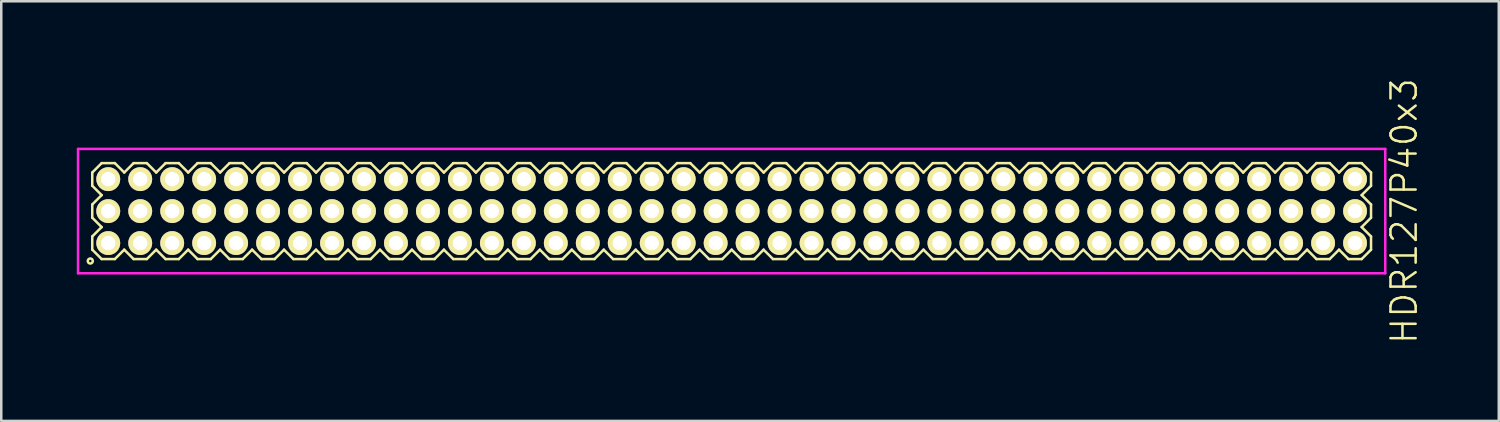
<source format=kicad_pcb>
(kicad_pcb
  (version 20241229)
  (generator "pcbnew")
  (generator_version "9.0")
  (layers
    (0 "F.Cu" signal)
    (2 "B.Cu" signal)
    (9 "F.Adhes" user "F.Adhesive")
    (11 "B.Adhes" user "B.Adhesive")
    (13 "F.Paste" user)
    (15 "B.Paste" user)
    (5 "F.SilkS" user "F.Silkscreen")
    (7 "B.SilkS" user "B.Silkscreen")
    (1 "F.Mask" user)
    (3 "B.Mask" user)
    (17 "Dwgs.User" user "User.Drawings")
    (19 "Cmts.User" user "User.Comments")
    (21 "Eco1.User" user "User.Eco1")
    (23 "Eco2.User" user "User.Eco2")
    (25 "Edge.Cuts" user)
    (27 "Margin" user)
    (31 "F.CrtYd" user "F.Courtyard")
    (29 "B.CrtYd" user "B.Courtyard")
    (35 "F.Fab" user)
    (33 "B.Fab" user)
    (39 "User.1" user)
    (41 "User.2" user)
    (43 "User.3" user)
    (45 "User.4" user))
  (footprint "HDR127P40x3"
    (layer "F.Cu")
    (at 26.015 5.336)
    (property "Reference" "HDR127P40x3" (at 26.715 0 90) (layer "F.SilkS") (effects (font (size 1 1) (thickness 0.1))))
    (attr through_hole)
    (fp_line (start -25.4 -1.533) (end -25.028 -1.905) (stroke (width 0.1) (type solid)) (layer "F.SilkS"))
    (fp_line (start -25.4 -1.007) (end -25.4 -1.533) (stroke (width 0.1) (type solid)) (layer "F.SilkS"))
    (fp_line (start -25.4 -0.263) (end -25.028 -0.635) (stroke (width 0.1) (type solid)) (layer "F.SilkS"))
    (fp_line (start -25.4 0.263) (end -25.4 -0.263) (stroke (width 0.1) (type solid)) (layer "F.SilkS"))
    (fp_line (start -25.4 1.007) (end -25.028 0.635) (stroke (width 0.1) (type solid)) (layer "F.SilkS"))
    (fp_line (start -25.4 1.533) (end -25.4 1.007) (stroke (width 0.1) (type solid)) (layer "F.SilkS"))
    (fp_line (start -25.028 -1.905) (end -24.502 -1.905) (stroke (width 0.1) (type solid)) (layer "F.SilkS"))
    (fp_line (start -25.028 -0.635) (end -25.4 -1.007) (stroke (width 0.1) (type solid)) (layer "F.SilkS"))
    (fp_line (start -25.028 0.635) (end -25.4 0.263) (stroke (width 0.1) (type solid)) (layer "F.SilkS"))
    (fp_line (start -25.028 1.905) (end -25.4 1.533) (stroke (width 0.1) (type solid)) (layer "F.SilkS"))
    (fp_line (start -24.502 -1.905) (end -24.13 -1.533) (stroke (width 0.1) (type solid)) (layer "F.SilkS"))
    (fp_line (start -24.502 1.905) (end -25.028 1.905) (stroke (width 0.1) (type solid)) (layer "F.SilkS"))
    (fp_line (start -24.13 -1.533) (end -23.758 -1.905) (stroke (width 0.1) (type solid)) (layer "F.SilkS"))
    (fp_line (start -24.13 1.533) (end -24.502 1.905) (stroke (width 0.1) (type solid)) (layer "F.SilkS"))
    (fp_line (start -23.758 -1.905) (end -23.232 -1.905) (stroke (width 0.1) (type solid)) (layer "F.SilkS"))
    (fp_line (start -23.758 1.905) (end -24.13 1.533) (stroke (width 0.1) (type solid)) (layer "F.SilkS"))
    (fp_line (start -23.232 -1.905) (end -22.86 -1.533) (stroke (width 0.1) (type solid)) (layer "F.SilkS"))
    (fp_line (start -23.232 1.905) (end -23.758 1.905) (stroke (width 0.1) (type solid)) (layer "F.SilkS"))
    (fp_line (start -22.86 -1.533) (end -22.488 -1.905) (stroke (width 0.1) (type solid)) (layer "F.SilkS"))
    (fp_line (start -22.86 1.533) (end -23.232 1.905) (stroke (width 0.1) (type solid)) (layer "F.SilkS"))
    (fp_line (start -22.488 -1.905) (end -21.962 -1.905) (stroke (width 0.1) (type solid)) (layer "F.SilkS"))
    (fp_line (start -22.488 1.905) (end -22.86 1.533) (stroke (width 0.1) (type solid)) (layer "F.SilkS"))
    (fp_line (start -21.962 -1.905) (end -21.59 -1.533) (stroke (width 0.1) (type solid)) (layer "F.SilkS"))
    (fp_line (start -21.962 1.905) (end -22.488 1.905) (stroke (width 0.1) (type solid)) (layer "F.SilkS"))
    (fp_line (start -21.59 -1.533) (end -21.218 -1.905) (stroke (width 0.1) (type solid)) (layer "F.SilkS"))
    (fp_line (start -21.59 1.533) (end -21.962 1.905) (stroke (width 0.1) (type solid)) (layer "F.SilkS"))
    (fp_line (start -21.218 -1.905) (end -20.692 -1.905) (stroke (width 0.1) (type solid)) (layer "F.SilkS"))
    (fp_line (start -21.218 1.905) (end -21.59 1.533) (stroke (width 0.1) (type solid)) (layer "F.SilkS"))
    (fp_line (start -20.692 -1.905) (end -20.32 -1.533) (stroke (width 0.1) (type solid)) (layer "F.SilkS"))
    (fp_line (start -20.692 1.905) (end -21.218 1.905) (stroke (width 0.1) (type solid)) (layer "F.SilkS"))
    (fp_line (start -20.32 -1.533) (end -19.948 -1.905) (stroke (width 0.1) (type solid)) (layer "F.SilkS"))
    (fp_line (start -20.32 1.533) (end -20.692 1.905) (stroke (width 0.1) (type solid)) (layer "F.SilkS"))
    (fp_line (start -19.948 -1.905) (end -19.422 -1.905) (stroke (width 0.1) (type solid)) (layer "F.SilkS"))
    (fp_line (start -19.948 1.905) (end -20.32 1.533) (stroke (width 0.1) (type solid)) (layer "F.SilkS"))
    (fp_line (start -19.422 -1.905) (end -19.05 -1.533) (stroke (width 0.1) (type solid)) (layer "F.SilkS"))
    (fp_line (start -19.422 1.905) (end -19.948 1.905) (stroke (width 0.1) (type solid)) (layer "F.SilkS"))
    (fp_line (start -19.05 -1.533) (end -18.678 -1.905) (stroke (width 0.1) (type solid)) (layer "F.SilkS"))
    (fp_line (start -19.05 1.533) (end -19.422 1.905) (stroke (width 0.1) (type solid)) (layer "F.SilkS"))
    (fp_line (start -18.678 -1.905) (end -18.152 -1.905) (stroke (width 0.1) (type solid)) (layer "F.SilkS"))
    (fp_line (start -18.678 1.905) (end -19.05 1.533) (stroke (width 0.1) (type solid)) (layer "F.SilkS"))
    (fp_line (start -18.152 -1.905) (end -17.78 -1.533) (stroke (width 0.1) (type solid)) (layer "F.SilkS"))
    (fp_line (start -18.152 1.905) (end -18.678 1.905) (stroke (width 0.1) (type solid)) (layer "F.SilkS"))
    (fp_line (start -17.78 -1.533) (end -17.408 -1.905) (stroke (width 0.1) (type solid)) (layer "F.SilkS"))
    (fp_line (start -17.78 1.533) (end -18.152 1.905) (stroke (width 0.1) (type solid)) (layer "F.SilkS"))
    (fp_line (start -17.408 -1.905) (end -16.882 -1.905) (stroke (width 0.1) (type solid)) (layer "F.SilkS"))
    (fp_line (start -17.408 1.905) (end -17.78 1.533) (stroke (width 0.1) (type solid)) (layer "F.SilkS"))
    (fp_line (start -16.882 -1.905) (end -16.51 -1.533) (stroke (width 0.1) (type solid)) (layer "F.SilkS"))
    (fp_line (start -16.882 1.905) (end -17.408 1.905) (stroke (width 0.1) (type solid)) (layer "F.SilkS"))
    (fp_line (start -16.51 -1.533) (end -16.138 -1.905) (stroke (width 0.1) (type solid)) (layer "F.SilkS"))
    (fp_line (start -16.51 1.533) (end -16.882 1.905) (stroke (width 0.1) (type solid)) (layer "F.SilkS"))
    (fp_line (start -16.138 -1.905) (end -15.612 -1.905) (stroke (width 0.1) (type solid)) (layer "F.SilkS"))
    (fp_line (start -16.138 1.905) (end -16.51 1.533) (stroke (width 0.1) (type solid)) (layer "F.SilkS"))
    (fp_line (start -15.612 -1.905) (end -15.24 -1.533) (stroke (width 0.1) (type solid)) (layer "F.SilkS"))
    (fp_line (start -15.612 1.905) (end -16.138 1.905) (stroke (width 0.1) (type solid)) (layer "F.SilkS"))
    (fp_line (start -15.24 -1.533) (end -14.868 -1.905) (stroke (width 0.1) (type solid)) (layer "F.SilkS"))
    (fp_line (start -15.24 1.533) (end -15.612 1.905) (stroke (width 0.1) (type solid)) (layer "F.SilkS"))
    (fp_line (start -14.868 -1.905) (end -14.342 -1.905) (stroke (width 0.1) (type solid)) (layer "F.SilkS"))
    (fp_line (start -14.868 1.905) (end -15.24 1.533) (stroke (width 0.1) (type solid)) (layer "F.SilkS"))
    (fp_line (start -14.342 -1.905) (end -13.97 -1.533) (stroke (width 0.1) (type solid)) (layer "F.SilkS"))
    (fp_line (start -14.342 1.905) (end -14.868 1.905) (stroke (width 0.1) (type solid)) (layer "F.SilkS"))
    (fp_line (start -13.97 -1.533) (end -13.598 -1.905) (stroke (width 0.1) (type solid)) (layer "F.SilkS"))
    (fp_line (start -13.97 1.533) (end -14.342 1.905) (stroke (width 0.1) (type solid)) (layer "F.SilkS"))
    (fp_line (start -13.598 -1.905) (end -13.072 -1.905) (stroke (width 0.1) (type solid)) (layer "F.SilkS"))
    (fp_line (start -13.598 1.905) (end -13.97 1.533) (stroke (width 0.1) (type solid)) (layer "F.SilkS"))
    (fp_line (start -13.072 -1.905) (end -12.7 -1.533) (stroke (width 0.1) (type solid)) (layer "F.SilkS"))
    (fp_line (start -13.072 1.905) (end -13.598 1.905) (stroke (width 0.1) (type solid)) (layer "F.SilkS"))
    (fp_line (start -12.7 -1.533) (end -12.328 -1.905) (stroke (width 0.1) (type solid)) (layer "F.SilkS"))
    (fp_line (start -12.7 1.533) (end -13.072 1.905) (stroke (width 0.1) (type solid)) (layer "F.SilkS"))
    (fp_line (start -12.328 -1.905) (end -11.802 -1.905) (stroke (width 0.1) (type solid)) (layer "F.SilkS"))
    (fp_line (start -12.328 1.905) (end -12.7 1.533) (stroke (width 0.1) (type solid)) (layer "F.SilkS"))
    (fp_line (start -11.802 -1.905) (end -11.43 -1.533) (stroke (width 0.1) (type solid)) (layer "F.SilkS"))
    (fp_line (start -11.802 1.905) (end -12.328 1.905) (stroke (width 0.1) (type solid)) (layer "F.SilkS"))
    (fp_line (start -11.43 -1.533) (end -11.058 -1.905) (stroke (width 0.1) (type solid)) (layer "F.SilkS"))
    (fp_line (start -11.43 1.533) (end -11.802 1.905) (stroke (width 0.1) (type solid)) (layer "F.SilkS"))
    (fp_line (start -11.058 -1.905) (end -10.532 -1.905) (stroke (width 0.1) (type solid)) (layer "F.SilkS"))
    (fp_line (start -11.058 1.905) (end -11.43 1.533) (stroke (width 0.1) (type solid)) (layer "F.SilkS"))
    (fp_line (start -10.532 -1.905) (end -10.16 -1.533) (stroke (width 0.1) (type solid)) (layer "F.SilkS"))
    (fp_line (start -10.532 1.905) (end -11.058 1.905) (stroke (width 0.1) (type solid)) (layer "F.SilkS"))
    (fp_line (start -10.16 -1.533) (end -9.788 -1.905) (stroke (width 0.1) (type solid)) (layer "F.SilkS"))
    (fp_line (start -10.16 1.533) (end -10.532 1.905) (stroke (width 0.1) (type solid)) (layer "F.SilkS"))
    (fp_line (start -9.788 -1.905) (end -9.262 -1.905) (stroke (width 0.1) (type solid)) (layer "F.SilkS"))
    (fp_line (start -9.788 1.905) (end -10.16 1.533) (stroke (width 0.1) (type solid)) (layer "F.SilkS"))
    (fp_line (start -9.262 -1.905) (end -8.89 -1.533) (stroke (width 0.1) (type solid)) (layer "F.SilkS"))
    (fp_line (start -9.262 1.905) (end -9.788 1.905) (stroke (width 0.1) (type solid)) (layer "F.SilkS"))
    (fp_line (start -8.89 -1.533) (end -8.518 -1.905) (stroke (width 0.1) (type solid)) (layer "F.SilkS"))
    (fp_line (start -8.89 1.533) (end -9.262 1.905) (stroke (width 0.1) (type solid)) (layer "F.SilkS"))
    (fp_line (start -8.518 -1.905) (end -7.992 -1.905) (stroke (width 0.1) (type solid)) (layer "F.SilkS"))
    (fp_line (start -8.518 1.905) (end -8.89 1.533) (stroke (width 0.1) (type solid)) (layer "F.SilkS"))
    (fp_line (start -7.992 -1.905) (end -7.62 -1.533) (stroke (width 0.1) (type solid)) (layer "F.SilkS"))
    (fp_line (start -7.992 1.905) (end -8.518 1.905) (stroke (width 0.1) (type solid)) (layer "F.SilkS"))
    (fp_line (start -7.62 -1.533) (end -7.248 -1.905) (stroke (width 0.1) (type solid)) (layer "F.SilkS"))
    (fp_line (start -7.62 1.533) (end -7.992 1.905) (stroke (width 0.1) (type solid)) (layer "F.SilkS"))
    (fp_line (start -7.248 -1.905) (end -6.722 -1.905) (stroke (width 0.1) (type solid)) (layer "F.SilkS"))
    (fp_line (start -7.248 1.905) (end -7.62 1.533) (stroke (width 0.1) (type solid)) (layer "F.SilkS"))
    (fp_line (start -6.722 -1.905) (end -6.35 -1.533) (stroke (width 0.1) (type solid)) (layer "F.SilkS"))
    (fp_line (start -6.722 1.905) (end -7.248 1.905) (stroke (width 0.1) (type solid)) (layer "F.SilkS"))
    (fp_line (start -6.35 -1.533) (end -5.978 -1.905) (stroke (width 0.1) (type solid)) (layer "F.SilkS"))
    (fp_line (start -6.35 1.533) (end -6.722 1.905) (stroke (width 0.1) (type solid)) (layer "F.SilkS"))
    (fp_line (start -5.978 -1.905) (end -5.452 -1.905) (stroke (width 0.1) (type solid)) (layer "F.SilkS"))
    (fp_line (start -5.978 1.905) (end -6.35 1.533) (stroke (width 0.1) (type solid)) (layer "F.SilkS"))
    (fp_line (start -5.452 -1.905) (end -5.08 -1.533) (stroke (width 0.1) (type solid)) (layer "F.SilkS"))
    (fp_line (start -5.452 1.905) (end -5.978 1.905) (stroke (width 0.1) (type solid)) (layer "F.SilkS"))
    (fp_line (start -5.08 -1.533) (end -4.708 -1.905) (stroke (width 0.1) (type solid)) (layer "F.SilkS"))
    (fp_line (start -5.08 1.533) (end -5.452 1.905) (stroke (width 0.1) (type solid)) (layer "F.SilkS"))
    (fp_line (start -4.708 -1.905) (end -4.182 -1.905) (stroke (width 0.1) (type solid)) (layer "F.SilkS"))
    (fp_line (start -4.708 1.905) (end -5.08 1.533) (stroke (width 0.1) (type solid)) (layer "F.SilkS"))
    (fp_line (start -4.182 -1.905) (end -3.81 -1.533) (stroke (width 0.1) (type solid)) (layer "F.SilkS"))
    (fp_line (start -4.182 1.905) (end -4.708 1.905) (stroke (width 0.1) (type solid)) (layer "F.SilkS"))
    (fp_line (start -3.81 -1.533) (end -3.438 -1.905) (stroke (width 0.1) (type solid)) (layer "F.SilkS"))
    (fp_line (start -3.81 1.533) (end -4.182 1.905) (stroke (width 0.1) (type solid)) (layer "F.SilkS"))
    (fp_line (start -3.438 -1.905) (end -2.912 -1.905) (stroke (width 0.1) (type solid)) (layer "F.SilkS"))
    (fp_line (start -3.438 1.905) (end -3.81 1.533) (stroke (width 0.1) (type solid)) (layer "F.SilkS"))
    (fp_line (start -2.912 -1.905) (end -2.54 -1.533) (stroke (width 0.1) (type solid)) (layer "F.SilkS"))
    (fp_line (start -2.912 1.905) (end -3.438 1.905) (stroke (width 0.1) (type solid)) (layer "F.SilkS"))
    (fp_line (start -2.54 -1.533) (end -2.168 -1.905) (stroke (width 0.1) (type solid)) (layer "F.SilkS"))
    (fp_line (start -2.54 1.533) (end -2.912 1.905) (stroke (width 0.1) (type solid)) (layer "F.SilkS"))
    (fp_line (start -2.168 -1.905) (end -1.642 -1.905) (stroke (width 0.1) (type solid)) (layer "F.SilkS"))
    (fp_line (start -2.168 1.905) (end -2.54 1.533) (stroke (width 0.1) (type solid)) (layer "F.SilkS"))
    (fp_line (start -1.642 -1.905) (end -1.27 -1.533) (stroke (width 0.1) (type solid)) (layer "F.SilkS"))
    (fp_line (start -1.642 1.905) (end -2.168 1.905) (stroke (width 0.1) (type solid)) (layer "F.SilkS"))
    (fp_line (start -1.27 -1.533) (end -0.898 -1.905) (stroke (width 0.1) (type solid)) (layer "F.SilkS"))
    (fp_line (start -1.27 1.533) (end -1.642 1.905) (stroke (width 0.1) (type solid)) (layer "F.SilkS"))
    (fp_line (start -0.898 -1.905) (end -0.372 -1.905) (stroke (width 0.1) (type solid)) (layer "F.SilkS"))
    (fp_line (start -0.898 1.905) (end -1.27 1.533) (stroke (width 0.1) (type solid)) (layer "F.SilkS"))
    (fp_line (start -0.372 -1.905) (end 0 -1.533) (stroke (width 0.1) (type solid)) (layer "F.SilkS"))
    (fp_line (start -0.372 1.905) (end -0.898 1.905) (stroke (width 0.1) (type solid)) (layer "F.SilkS"))
    (fp_line (start 0 -1.533) (end 0.372 -1.905) (stroke (width 0.1) (type solid)) (layer "F.SilkS"))
    (fp_line (start 0 1.533) (end -0.372 1.905) (stroke (width 0.1) (type solid)) (layer "F.SilkS"))
    (fp_line (start 0.372 -1.905) (end 0.898 -1.905) (stroke (width 0.1) (type solid)) (layer "F.SilkS"))
    (fp_line (start 0.372 1.905) (end 0 1.533) (stroke (width 0.1) (type solid)) (layer "F.SilkS"))
    (fp_line (start 0.898 -1.905) (end 1.27 -1.533) (stroke (width 0.1) (type solid)) (layer "F.SilkS"))
    (fp_line (start 0.898 1.905) (end 0.372 1.905) (stroke (width 0.1) (type solid)) (layer "F.SilkS"))
    (fp_line (start 1.27 -1.533) (end 1.642 -1.905) (stroke (width 0.1) (type solid)) (layer "F.SilkS"))
    (fp_line (start 1.27 1.533) (end 0.898 1.905) (stroke (width 0.1) (type solid)) (layer "F.SilkS"))
    (fp_line (start 1.642 -1.905) (end 2.168 -1.905) (stroke (width 0.1) (type solid)) (layer "F.SilkS"))
    (fp_line (start 1.642 1.905) (end 1.27 1.533) (stroke (width 0.1) (type solid)) (layer "F.SilkS"))
    (fp_line (start 2.168 -1.905) (end 2.54 -1.533) (stroke (width 0.1) (type solid)) (layer "F.SilkS"))
    (fp_line (start 2.168 1.905) (end 1.642 1.905) (stroke (width 0.1) (type solid)) (layer "F.SilkS"))
    (fp_line (start 2.54 -1.533) (end 2.912 -1.905) (stroke (width 0.1) (type solid)) (layer "F.SilkS"))
    (fp_line (start 2.54 1.533) (end 2.168 1.905) (stroke (width 0.1) (type solid)) (layer "F.SilkS"))
    (fp_line (start 2.912 -1.905) (end 3.438 -1.905) (stroke (width 0.1) (type solid)) (layer "F.SilkS"))
    (fp_line (start 2.912 1.905) (end 2.54 1.533) (stroke (width 0.1) (type solid)) (layer "F.SilkS"))
    (fp_line (start 3.438 -1.905) (end 3.81 -1.533) (stroke (width 0.1) (type solid)) (layer "F.SilkS"))
    (fp_line (start 3.438 1.905) (end 2.912 1.905) (stroke (width 0.1) (type solid)) (layer "F.SilkS"))
    (fp_line (start 3.81 -1.533) (end 4.182 -1.905) (stroke (width 0.1) (type solid)) (layer "F.SilkS"))
    (fp_line (start 3.81 1.533) (end 3.438 1.905) (stroke (width 0.1) (type solid)) (layer "F.SilkS"))
    (fp_line (start 4.182 -1.905) (end 4.708 -1.905) (stroke (width 0.1) (type solid)) (layer "F.SilkS"))
    (fp_line (start 4.182 1.905) (end 3.81 1.533) (stroke (width 0.1) (type solid)) (layer "F.SilkS"))
    (fp_line (start 4.708 -1.905) (end 5.08 -1.533) (stroke (width 0.1) (type solid)) (layer "F.SilkS"))
    (fp_line (start 4.708 1.905) (end 4.182 1.905) (stroke (width 0.1) (type solid)) (layer "F.SilkS"))
    (fp_line (start 5.08 -1.533) (end 5.452 -1.905) (stroke (width 0.1) (type solid)) (layer "F.SilkS"))
    (fp_line (start 5.08 1.533) (end 4.708 1.905) (stroke (width 0.1) (type solid)) (layer "F.SilkS"))
    (fp_line (start 5.452 -1.905) (end 5.978 -1.905) (stroke (width 0.1) (type solid)) (layer "F.SilkS"))
    (fp_line (start 5.452 1.905) (end 5.08 1.533) (stroke (width 0.1) (type solid)) (layer "F.SilkS"))
    (fp_line (start 5.978 -1.905) (end 6.35 -1.533) (stroke (width 0.1) (type solid)) (layer "F.SilkS"))
    (fp_line (start 5.978 1.905) (end 5.452 1.905) (stroke (width 0.1) (type solid)) (layer "F.SilkS"))
    (fp_line (start 6.35 -1.533) (end 6.722 -1.905) (stroke (width 0.1) (type solid)) (layer "F.SilkS"))
    (fp_line (start 6.35 1.533) (end 5.978 1.905) (stroke (width 0.1) (type solid)) (layer "F.SilkS"))
    (fp_line (start 6.722 -1.905) (end 7.248 -1.905) (stroke (width 0.1) (type solid)) (layer "F.SilkS"))
    (fp_line (start 6.722 1.905) (end 6.35 1.533) (stroke (width 0.1) (type solid)) (layer "F.SilkS"))
    (fp_line (start 7.248 -1.905) (end 7.62 -1.533) (stroke (width 0.1) (type solid)) (layer "F.SilkS"))
    (fp_line (start 7.248 1.905) (end 6.722 1.905) (stroke (width 0.1) (type solid)) (layer "F.SilkS"))
    (fp_line (start 7.62 -1.533) (end 7.992 -1.905) (stroke (width 0.1) (type solid)) (layer "F.SilkS"))
    (fp_line (start 7.62 1.533) (end 7.248 1.905) (stroke (width 0.1) (type solid)) (layer "F.SilkS"))
    (fp_line (start 7.992 -1.905) (end 8.518 -1.905) (stroke (width 0.1) (type solid)) (layer "F.SilkS"))
    (fp_line (start 7.992 1.905) (end 7.62 1.533) (stroke (width 0.1) (type solid)) (layer "F.SilkS"))
    (fp_line (start 8.518 -1.905) (end 8.89 -1.533) (stroke (width 0.1) (type solid)) (layer "F.SilkS"))
    (fp_line (start 8.518 1.905) (end 7.992 1.905) (stroke (width 0.1) (type solid)) (layer "F.SilkS"))
    (fp_line (start 8.89 -1.533) (end 9.262 -1.905) (stroke (width 0.1) (type solid)) (layer "F.SilkS"))
    (fp_line (start 8.89 1.533) (end 8.518 1.905) (stroke (width 0.1) (type solid)) (layer "F.SilkS"))
    (fp_line (start 9.262 -1.905) (end 9.788 -1.905) (stroke (width 0.1) (type solid)) (layer "F.SilkS"))
    (fp_line (start 9.262 1.905) (end 8.89 1.533) (stroke (width 0.1) (type solid)) (layer "F.SilkS"))
    (fp_line (start 9.788 -1.905) (end 10.16 -1.533) (stroke (width 0.1) (type solid)) (layer "F.SilkS"))
    (fp_line (start 9.788 1.905) (end 9.262 1.905) (stroke (width 0.1) (type solid)) (layer "F.SilkS"))
    (fp_line (start 10.16 -1.533) (end 10.532 -1.905) (stroke (width 0.1) (type solid)) (layer "F.SilkS"))
    (fp_line (start 10.16 1.533) (end 9.788 1.905) (stroke (width 0.1) (type solid)) (layer "F.SilkS"))
    (fp_line (start 10.532 -1.905) (end 11.058 -1.905) (stroke (width 0.1) (type solid)) (layer "F.SilkS"))
    (fp_line (start 10.532 1.905) (end 10.16 1.533) (stroke (width 0.1) (type solid)) (layer "F.SilkS"))
    (fp_line (start 11.058 -1.905) (end 11.43 -1.533) (stroke (width 0.1) (type solid)) (layer "F.SilkS"))
    (fp_line (start 11.058 1.905) (end 10.532 1.905) (stroke (width 0.1) (type solid)) (layer "F.SilkS"))
    (fp_line (start 11.43 -1.533) (end 11.802 -1.905) (stroke (width 0.1) (type solid)) (layer "F.SilkS"))
    (fp_line (start 11.43 1.533) (end 11.058 1.905) (stroke (width 0.1) (type solid)) (layer "F.SilkS"))
    (fp_line (start 11.802 -1.905) (end 12.328 -1.905) (stroke (width 0.1) (type solid)) (layer "F.SilkS"))
    (fp_line (start 11.802 1.905) (end 11.43 1.533) (stroke (width 0.1) (type solid)) (layer "F.SilkS"))
    (fp_line (start 12.328 -1.905) (end 12.7 -1.533) (stroke (width 0.1) (type solid)) (layer "F.SilkS"))
    (fp_line (start 12.328 1.905) (end 11.802 1.905) (stroke (width 0.1) (type solid)) (layer "F.SilkS"))
    (fp_line (start 12.7 -1.533) (end 13.072 -1.905) (stroke (width 0.1) (type solid)) (layer "F.SilkS"))
    (fp_line (start 12.7 1.533) (end 12.328 1.905) (stroke (width 0.1) (type solid)) (layer "F.SilkS"))
    (fp_line (start 13.072 -1.905) (end 13.598 -1.905) (stroke (width 0.1) (type solid)) (layer "F.SilkS"))
    (fp_line (start 13.072 1.905) (end 12.7 1.533) (stroke (width 0.1) (type solid)) (layer "F.SilkS"))
    (fp_line (start 13.598 -1.905) (end 13.97 -1.533) (stroke (width 0.1) (type solid)) (layer "F.SilkS"))
    (fp_line (start 13.598 1.905) (end 13.072 1.905) (stroke (width 0.1) (type solid)) (layer "F.SilkS"))
    (fp_line (start 13.97 -1.533) (end 14.342 -1.905) (stroke (width 0.1) (type solid)) (layer "F.SilkS"))
    (fp_line (start 13.97 1.533) (end 13.598 1.905) (stroke (width 0.1) (type solid)) (layer "F.SilkS"))
    (fp_line (start 14.342 -1.905) (end 14.868 -1.905) (stroke (width 0.1) (type solid)) (layer "F.SilkS"))
    (fp_line (start 14.342 1.905) (end 13.97 1.533) (stroke (width 0.1) (type solid)) (layer "F.SilkS"))
    (fp_line (start 14.868 -1.905) (end 15.24 -1.533) (stroke (width 0.1) (type solid)) (layer "F.SilkS"))
    (fp_line (start 14.868 1.905) (end 14.342 1.905) (stroke (width 0.1) (type solid)) (layer "F.SilkS"))
    (fp_line (start 15.24 -1.533) (end 15.612 -1.905) (stroke (width 0.1) (type solid)) (layer "F.SilkS"))
    (fp_line (start 15.24 1.533) (end 14.868 1.905) (stroke (width 0.1) (type solid)) (layer "F.SilkS"))
    (fp_line (start 15.612 -1.905) (end 16.138 -1.905) (stroke (width 0.1) (type solid)) (layer "F.SilkS"))
    (fp_line (start 15.612 1.905) (end 15.24 1.533) (stroke (width 0.1) (type solid)) (layer "F.SilkS"))
    (fp_line (start 16.138 -1.905) (end 16.51 -1.533) (stroke (width 0.1) (type solid)) (layer "F.SilkS"))
    (fp_line (start 16.138 1.905) (end 15.612 1.905) (stroke (width 0.1) (type solid)) (layer "F.SilkS"))
    (fp_line (start 16.51 -1.533) (end 16.882 -1.905) (stroke (width 0.1) (type solid)) (layer "F.SilkS"))
    (fp_line (start 16.51 1.533) (end 16.138 1.905) (stroke (width 0.1) (type solid)) (layer "F.SilkS"))
    (fp_line (start 16.882 -1.905) (end 17.408 -1.905) (stroke (width 0.1) (type solid)) (layer "F.SilkS"))
    (fp_line (start 16.882 1.905) (end 16.51 1.533) (stroke (width 0.1) (type solid)) (layer "F.SilkS"))
    (fp_line (start 17.408 -1.905) (end 17.78 -1.533) (stroke (width 0.1) (type solid)) (layer "F.SilkS"))
    (fp_line (start 17.408 1.905) (end 16.882 1.905) (stroke (width 0.1) (type solid)) (layer "F.SilkS"))
    (fp_line (start 17.78 -1.533) (end 18.152 -1.905) (stroke (width 0.1) (type solid)) (layer "F.SilkS"))
    (fp_line (start 17.78 1.533) (end 17.408 1.905) (stroke (width 0.1) (type solid)) (layer "F.SilkS"))
    (fp_line (start 18.152 -1.905) (end 18.678 -1.905) (stroke (width 0.1) (type solid)) (layer "F.SilkS"))
    (fp_line (start 18.152 1.905) (end 17.78 1.533) (stroke (width 0.1) (type solid)) (layer "F.SilkS"))
    (fp_line (start 18.678 -1.905) (end 19.05 -1.533) (stroke (width 0.1) (type solid)) (layer "F.SilkS"))
    (fp_line (start 18.678 1.905) (end 18.152 1.905) (stroke (width 0.1) (type solid)) (layer "F.SilkS"))
    (fp_line (start 19.05 -1.533) (end 19.422 -1.905) (stroke (width 0.1) (type solid)) (layer "F.SilkS"))
    (fp_line (start 19.05 1.533) (end 18.678 1.905) (stroke (width 0.1) (type solid)) (layer "F.SilkS"))
    (fp_line (start 19.422 -1.905) (end 19.948 -1.905) (stroke (width 0.1) (type solid)) (layer "F.SilkS"))
    (fp_line (start 19.422 1.905) (end 19.05 1.533) (stroke (width 0.1) (type solid)) (layer "F.SilkS"))
    (fp_line (start 19.948 -1.905) (end 20.32 -1.533) (stroke (width 0.1) (type solid)) (layer "F.SilkS"))
    (fp_line (start 19.948 1.905) (end 19.422 1.905) (stroke (width 0.1) (type solid)) (layer "F.SilkS"))
    (fp_line (start 20.32 -1.533) (end 20.692 -1.905) (stroke (width 0.1) (type solid)) (layer "F.SilkS"))
    (fp_line (start 20.32 1.533) (end 19.948 1.905) (stroke (width 0.1) (type solid)) (layer "F.SilkS"))
    (fp_line (start 20.692 -1.905) (end 21.218 -1.905) (stroke (width 0.1) (type solid)) (layer "F.SilkS"))
    (fp_line (start 20.692 1.905) (end 20.32 1.533) (stroke (width 0.1) (type solid)) (layer "F.SilkS"))
    (fp_line (start 21.218 -1.905) (end 21.59 -1.533) (stroke (width 0.1) (type solid)) (layer "F.SilkS"))
    (fp_line (start 21.218 1.905) (end 20.692 1.905) (stroke (width 0.1) (type solid)) (layer "F.SilkS"))
    (fp_line (start 21.59 -1.533) (end 21.962 -1.905) (stroke (width 0.1) (type solid)) (layer "F.SilkS"))
    (fp_line (start 21.59 1.533) (end 21.218 1.905) (stroke (width 0.1) (type solid)) (layer "F.SilkS"))
    (fp_line (start 21.962 -1.905) (end 22.488 -1.905) (stroke (width 0.1) (type solid)) (layer "F.SilkS"))
    (fp_line (start 21.962 1.905) (end 21.59 1.533) (stroke (width 0.1) (type solid)) (layer "F.SilkS"))
    (fp_line (start 22.488 -1.905) (end 22.86 -1.533) (stroke (width 0.1) (type solid)) (layer "F.SilkS"))
    (fp_line (start 22.488 1.905) (end 21.962 1.905) (stroke (width 0.1) (type solid)) (layer "F.SilkS"))
    (fp_line (start 22.86 -1.533) (end 23.232 -1.905) (stroke (width 0.1) (type solid)) (layer "F.SilkS"))
    (fp_line (start 22.86 1.533) (end 22.488 1.905) (stroke (width 0.1) (type solid)) (layer "F.SilkS"))
    (fp_line (start 23.232 -1.905) (end 23.758 -1.905) (stroke (width 0.1) (type solid)) (layer "F.SilkS"))
    (fp_line (start 23.232 1.905) (end 22.86 1.533) (stroke (width 0.1) (type solid)) (layer "F.SilkS"))
    (fp_line (start 23.758 -1.905) (end 24.13 -1.533) (stroke (width 0.1) (type solid)) (layer "F.SilkS"))
    (fp_line (start 23.758 1.905) (end 23.232 1.905) (stroke (width 0.1) (type solid)) (layer "F.SilkS"))
    (fp_line (start 24.13 -1.533) (end 24.502 -1.905) (stroke (width 0.1) (type solid)) (layer "F.SilkS"))
    (fp_line (start 24.13 1.533) (end 23.758 1.905) (stroke (width 0.1) (type solid)) (layer "F.SilkS"))
    (fp_line (start 24.502 -1.905) (end 25.028 -1.905) (stroke (width 0.1) (type solid)) (layer "F.SilkS"))
    (fp_line (start 24.502 1.905) (end 24.13 1.533) (stroke (width 0.1) (type solid)) (layer "F.SilkS"))
    (fp_line (start 25.028 -1.905) (end 25.4 -1.533) (stroke (width 0.1) (type solid)) (layer "F.SilkS"))
    (fp_line (start 25.028 -0.635) (end 25.4 -0.263) (stroke (width 0.1) (type solid)) (layer "F.SilkS"))
    (fp_line (start 25.028 0.635) (end 25.4 1.007) (stroke (width 0.1) (type solid)) (layer "F.SilkS"))
    (fp_line (start 25.028 1.905) (end 24.502 1.905) (stroke (width 0.1) (type solid)) (layer "F.SilkS"))
    (fp_line (start 25.4 -1.533) (end 25.4 -1.007) (stroke (width 0.1) (type solid)) (layer "F.SilkS"))
    (fp_line (start 25.4 -1.007) (end 25.028 -0.635) (stroke (width 0.1) (type solid)) (layer "F.SilkS"))
    (fp_line (start 25.4 -0.263) (end 25.4 0.263) (stroke (width 0.1) (type solid)) (layer "F.SilkS"))
    (fp_line (start 25.4 0.263) (end 25.028 0.635) (stroke (width 0.1) (type solid)) (layer "F.SilkS"))
    (fp_line (start 25.4 1.007) (end 25.4 1.533) (stroke (width 0.1) (type solid)) (layer "F.SilkS"))
    (fp_line (start 25.4 1.533) (end 25.028 1.905) (stroke (width 0.1) (type solid)) (layer "F.SilkS"))
    (fp_circle (center -25.478 1.983) (end -25.378 1.983) (stroke (width 0.1) (type solid)) (fill no) (layer "F.SilkS"))
    (fp_line (start -25.965 -2.47) (end -25.965 2.47) (stroke (width 0.1) (type solid)) (layer "F.CrtYd"))
    (fp_line (start -25.965 2.47) (end 25.965 2.47) (stroke (width 0.1) (type solid)) (layer "F.CrtYd"))
    (fp_line (start 25.965 -2.47) (end -25.965 -2.47) (stroke (width 0.1) (type solid)) (layer "F.CrtYd"))
    (fp_line (start 25.965 2.47) (end 25.965 -2.47) (stroke (width 0.1) (type solid)) (layer "F.CrtYd"))
    (pad "1" thru_hole oval (at -24.765 1.27) (size 0.95 0.95) (drill 0.57) (layers "*.Cu" "*.Mask" "F.SilkS"))
    (pad "2" thru_hole oval (at -24.765 0) (size 0.95 0.95) (drill 0.57) (layers "*.Cu" "*.Mask" "F.SilkS"))
    (pad "3" thru_hole oval (at -24.765 -1.27) (size 0.95 0.95) (drill 0.57) (layers "*.Cu" "*.Mask" "F.SilkS"))
    (pad "4" thru_hole oval (at -23.495 1.27) (size 0.95 0.95) (drill 0.57) (layers "*.Cu" "*.Mask" "F.SilkS"))
    (pad "5" thru_hole oval (at -23.495 0) (size 0.95 0.95) (drill 0.57) (layers "*.Cu" "*.Mask" "F.SilkS"))
    (pad "6" thru_hole oval (at -23.495 -1.27) (size 0.95 0.95) (drill 0.57) (layers "*.Cu" "*.Mask" "F.SilkS"))
    (pad "7" thru_hole oval (at -22.225 1.27) (size 0.95 0.95) (drill 0.57) (layers "*.Cu" "*.Mask" "F.SilkS"))
    (pad "8" thru_hole oval (at -22.225 0) (size 0.95 0.95) (drill 0.57) (layers "*.Cu" "*.Mask" "F.SilkS"))
    (pad "9" thru_hole oval (at -22.225 -1.27) (size 0.95 0.95) (drill 0.57) (layers "*.Cu" "*.Mask" "F.SilkS"))
    (pad "10" thru_hole oval (at -20.955 1.27) (size 0.95 0.95) (drill 0.57) (layers "*.Cu" "*.Mask" "F.SilkS"))
    (pad "11" thru_hole oval (at -20.955 0) (size 0.95 0.95) (drill 0.57) (layers "*.Cu" "*.Mask" "F.SilkS"))
    (pad "12" thru_hole oval (at -20.955 -1.27) (size 0.95 0.95) (drill 0.57) (layers "*.Cu" "*.Mask" "F.SilkS"))
    (pad "13" thru_hole oval (at -19.685 1.27) (size 0.95 0.95) (drill 0.57) (layers "*.Cu" "*.Mask" "F.SilkS"))
    (pad "14" thru_hole oval (at -19.685 0) (size 0.95 0.95) (drill 0.57) (layers "*.Cu" "*.Mask" "F.SilkS"))
    (pad "15" thru_hole oval (at -19.685 -1.27) (size 0.95 0.95) (drill 0.57) (layers "*.Cu" "*.Mask" "F.SilkS"))
    (pad "16" thru_hole oval (at -18.415 1.27) (size 0.95 0.95) (drill 0.57) (layers "*.Cu" "*.Mask" "F.SilkS"))
    (pad "17" thru_hole oval (at -18.415 0) (size 0.95 0.95) (drill 0.57) (layers "*.Cu" "*.Mask" "F.SilkS"))
    (pad "18" thru_hole oval (at -18.415 -1.27) (size 0.95 0.95) (drill 0.57) (layers "*.Cu" "*.Mask" "F.SilkS"))
    (pad "19" thru_hole oval (at -17.145 1.27) (size 0.95 0.95) (drill 0.57) (layers "*.Cu" "*.Mask" "F.SilkS"))
    (pad "20" thru_hole oval (at -17.145 0) (size 0.95 0.95) (drill 0.57) (layers "*.Cu" "*.Mask" "F.SilkS"))
    (pad "21" thru_hole oval (at -17.145 -1.27) (size 0.95 0.95) (drill 0.57) (layers "*.Cu" "*.Mask" "F.SilkS"))
    (pad "22" thru_hole oval (at -15.875 1.27) (size 0.95 0.95) (drill 0.57) (layers "*.Cu" "*.Mask" "F.SilkS"))
    (pad "23" thru_hole oval (at -15.875 0) (size 0.95 0.95) (drill 0.57) (layers "*.Cu" "*.Mask" "F.SilkS"))
    (pad "24" thru_hole oval (at -15.875 -1.27) (size 0.95 0.95) (drill 0.57) (layers "*.Cu" "*.Mask" "F.SilkS"))
    (pad "25" thru_hole oval (at -14.605 1.27) (size 0.95 0.95) (drill 0.57) (layers "*.Cu" "*.Mask" "F.SilkS"))
    (pad "26" thru_hole oval (at -14.605 0) (size 0.95 0.95) (drill 0.57) (layers "*.Cu" "*.Mask" "F.SilkS"))
    (pad "27" thru_hole oval (at -14.605 -1.27) (size 0.95 0.95) (drill 0.57) (layers "*.Cu" "*.Mask" "F.SilkS"))
    (pad "28" thru_hole oval (at -13.335 1.27) (size 0.95 0.95) (drill 0.57) (layers "*.Cu" "*.Mask" "F.SilkS"))
    (pad "29" thru_hole oval (at -13.335 0) (size 0.95 0.95) (drill 0.57) (layers "*.Cu" "*.Mask" "F.SilkS"))
    (pad "30" thru_hole oval (at -13.335 -1.27) (size 0.95 0.95) (drill 0.57) (layers "*.Cu" "*.Mask" "F.SilkS"))
    (pad "31" thru_hole oval (at -12.065 1.27) (size 0.95 0.95) (drill 0.57) (layers "*.Cu" "*.Mask" "F.SilkS"))
    (pad "32" thru_hole oval (at -12.065 0) (size 0.95 0.95) (drill 0.57) (layers "*.Cu" "*.Mask" "F.SilkS"))
    (pad "33" thru_hole oval (at -12.065 -1.27) (size 0.95 0.95) (drill 0.57) (layers "*.Cu" "*.Mask" "F.SilkS"))
    (pad "34" thru_hole oval (at -10.795 1.27) (size 0.95 0.95) (drill 0.57) (layers "*.Cu" "*.Mask" "F.SilkS"))
    (pad "35" thru_hole oval (at -10.795 0) (size 0.95 0.95) (drill 0.57) (layers "*.Cu" "*.Mask" "F.SilkS"))
    (pad "36" thru_hole oval (at -10.795 -1.27) (size 0.95 0.95) (drill 0.57) (layers "*.Cu" "*.Mask" "F.SilkS"))
    (pad "37" thru_hole oval (at -9.525 1.27) (size 0.95 0.95) (drill 0.57) (layers "*.Cu" "*.Mask" "F.SilkS"))
    (pad "38" thru_hole oval (at -9.525 0) (size 0.95 0.95) (drill 0.57) (layers "*.Cu" "*.Mask" "F.SilkS"))
    (pad "39" thru_hole oval (at -9.525 -1.27) (size 0.95 0.95) (drill 0.57) (layers "*.Cu" "*.Mask" "F.SilkS"))
    (pad "40" thru_hole oval (at -8.255 1.27) (size 0.95 0.95) (drill 0.57) (layers "*.Cu" "*.Mask" "F.SilkS"))
    (pad "41" thru_hole oval (at -8.255 0) (size 0.95 0.95) (drill 0.57) (layers "*.Cu" "*.Mask" "F.SilkS"))
    (pad "42" thru_hole oval (at -8.255 -1.27) (size 0.95 0.95) (drill 0.57) (layers "*.Cu" "*.Mask" "F.SilkS"))
    (pad "43" thru_hole oval (at -6.985 1.27) (size 0.95 0.95) (drill 0.57) (layers "*.Cu" "*.Mask" "F.SilkS"))
    (pad "44" thru_hole oval (at -6.985 0) (size 0.95 0.95) (drill 0.57) (layers "*.Cu" "*.Mask" "F.SilkS"))
    (pad "45" thru_hole oval (at -6.985 -1.27) (size 0.95 0.95) (drill 0.57) (layers "*.Cu" "*.Mask" "F.SilkS"))
    (pad "46" thru_hole oval (at -5.715 1.27) (size 0.95 0.95) (drill 0.57) (layers "*.Cu" "*.Mask" "F.SilkS"))
    (pad "47" thru_hole oval (at -5.715 0) (size 0.95 0.95) (drill 0.57) (layers "*.Cu" "*.Mask" "F.SilkS"))
    (pad "48" thru_hole oval (at -5.715 -1.27) (size 0.95 0.95) (drill 0.57) (layers "*.Cu" "*.Mask" "F.SilkS"))
    (pad "49" thru_hole oval (at -4.445 1.27) (size 0.95 0.95) (drill 0.57) (layers "*.Cu" "*.Mask" "F.SilkS"))
    (pad "50" thru_hole oval (at -4.445 0) (size 0.95 0.95) (drill 0.57) (layers "*.Cu" "*.Mask" "F.SilkS"))
    (pad "51" thru_hole oval (at -4.445 -1.27) (size 0.95 0.95) (drill 0.57) (layers "*.Cu" "*.Mask" "F.SilkS"))
    (pad "52" thru_hole oval (at -3.175 1.27) (size 0.95 0.95) (drill 0.57) (layers "*.Cu" "*.Mask" "F.SilkS"))
    (pad "53" thru_hole oval (at -3.175 0) (size 0.95 0.95) (drill 0.57) (layers "*.Cu" "*.Mask" "F.SilkS"))
    (pad "54" thru_hole oval (at -3.175 -1.27) (size 0.95 0.95) (drill 0.57) (layers "*.Cu" "*.Mask" "F.SilkS"))
    (pad "55" thru_hole oval (at -1.905 1.27) (size 0.95 0.95) (drill 0.57) (layers "*.Cu" "*.Mask" "F.SilkS"))
    (pad "56" thru_hole oval (at -1.905 0) (size 0.95 0.95) (drill 0.57) (layers "*.Cu" "*.Mask" "F.SilkS"))
    (pad "57" thru_hole oval (at -1.905 -1.27) (size 0.95 0.95) (drill 0.57) (layers "*.Cu" "*.Mask" "F.SilkS"))
    (pad "58" thru_hole oval (at -0.635 1.27) (size 0.95 0.95) (drill 0.57) (layers "*.Cu" "*.Mask" "F.SilkS"))
    (pad "59" thru_hole oval (at -0.635 0) (size 0.95 0.95) (drill 0.57) (layers "*.Cu" "*.Mask" "F.SilkS"))
    (pad "60" thru_hole oval (at -0.635 -1.27) (size 0.95 0.95) (drill 0.57) (layers "*.Cu" "*.Mask" "F.SilkS"))
    (pad "61" thru_hole oval (at 0.635 1.27) (size 0.95 0.95) (drill 0.57) (layers "*.Cu" "*.Mask" "F.SilkS"))
    (pad "62" thru_hole oval (at 0.635 0) (size 0.95 0.95) (drill 0.57) (layers "*.Cu" "*.Mask" "F.SilkS"))
    (pad "63" thru_hole oval (at 0.635 -1.27) (size 0.95 0.95) (drill 0.57) (layers "*.Cu" "*.Mask" "F.SilkS"))
    (pad "64" thru_hole oval (at 1.905 1.27) (size 0.95 0.95) (drill 0.57) (layers "*.Cu" "*.Mask" "F.SilkS"))
    (pad "65" thru_hole oval (at 1.905 0) (size 0.95 0.95) (drill 0.57) (layers "*.Cu" "*.Mask" "F.SilkS"))
    (pad "66" thru_hole oval (at 1.905 -1.27) (size 0.95 0.95) (drill 0.57) (layers "*.Cu" "*.Mask" "F.SilkS"))
    (pad "67" thru_hole oval (at 3.175 1.27) (size 0.95 0.95) (drill 0.57) (layers "*.Cu" "*.Mask" "F.SilkS"))
    (pad "68" thru_hole oval (at 3.175 0) (size 0.95 0.95) (drill 0.57) (layers "*.Cu" "*.Mask" "F.SilkS"))
    (pad "69" thru_hole oval (at 3.175 -1.27) (size 0.95 0.95) (drill 0.57) (layers "*.Cu" "*.Mask" "F.SilkS"))
    (pad "70" thru_hole oval (at 4.445 1.27) (size 0.95 0.95) (drill 0.57) (layers "*.Cu" "*.Mask" "F.SilkS"))
    (pad "71" thru_hole oval (at 4.445 0) (size 0.95 0.95) (drill 0.57) (layers "*.Cu" "*.Mask" "F.SilkS"))
    (pad "72" thru_hole oval (at 4.445 -1.27) (size 0.95 0.95) (drill 0.57) (layers "*.Cu" "*.Mask" "F.SilkS"))
    (pad "73" thru_hole oval (at 5.715 1.27) (size 0.95 0.95) (drill 0.57) (layers "*.Cu" "*.Mask" "F.SilkS"))
    (pad "74" thru_hole oval (at 5.715 0) (size 0.95 0.95) (drill 0.57) (layers "*.Cu" "*.Mask" "F.SilkS"))
    (pad "75" thru_hole oval (at 5.715 -1.27) (size 0.95 0.95) (drill 0.57) (layers "*.Cu" "*.Mask" "F.SilkS"))
    (pad "76" thru_hole oval (at 6.985 1.27) (size 0.95 0.95) (drill 0.57) (layers "*.Cu" "*.Mask" "F.SilkS"))
    (pad "77" thru_hole oval (at 6.985 0) (size 0.95 0.95) (drill 0.57) (layers "*.Cu" "*.Mask" "F.SilkS"))
    (pad "78" thru_hole oval (at 6.985 -1.27) (size 0.95 0.95) (drill 0.57) (layers "*.Cu" "*.Mask" "F.SilkS"))
    (pad "79" thru_hole oval (at 8.255 1.27) (size 0.95 0.95) (drill 0.57) (layers "*.Cu" "*.Mask" "F.SilkS"))
    (pad "80" thru_hole oval (at 8.255 0) (size 0.95 0.95) (drill 0.57) (layers "*.Cu" "*.Mask" "F.SilkS"))
    (pad "81" thru_hole oval (at 8.255 -1.27) (size 0.95 0.95) (drill 0.57) (layers "*.Cu" "*.Mask" "F.SilkS"))
    (pad "82" thru_hole oval (at 9.525 1.27) (size 0.95 0.95) (drill 0.57) (layers "*.Cu" "*.Mask" "F.SilkS"))
    (pad "83" thru_hole oval (at 9.525 0) (size 0.95 0.95) (drill 0.57) (layers "*.Cu" "*.Mask" "F.SilkS"))
    (pad "84" thru_hole oval (at 9.525 -1.27) (size 0.95 0.95) (drill 0.57) (layers "*.Cu" "*.Mask" "F.SilkS"))
    (pad "85" thru_hole oval (at 10.795 1.27) (size 0.95 0.95) (drill 0.57) (layers "*.Cu" "*.Mask" "F.SilkS"))
    (pad "86" thru_hole oval (at 10.795 0) (size 0.95 0.95) (drill 0.57) (layers "*.Cu" "*.Mask" "F.SilkS"))
    (pad "87" thru_hole oval (at 10.795 -1.27) (size 0.95 0.95) (drill 0.57) (layers "*.Cu" "*.Mask" "F.SilkS"))
    (pad "88" thru_hole oval (at 12.065 1.27) (size 0.95 0.95) (drill 0.57) (layers "*.Cu" "*.Mask" "F.SilkS"))
    (pad "89" thru_hole oval (at 12.065 0) (size 0.95 0.95) (drill 0.57) (layers "*.Cu" "*.Mask" "F.SilkS"))
    (pad "90" thru_hole oval (at 12.065 -1.27) (size 0.95 0.95) (drill 0.57) (layers "*.Cu" "*.Mask" "F.SilkS"))
    (pad "91" thru_hole oval (at 13.335 1.27) (size 0.95 0.95) (drill 0.57) (layers "*.Cu" "*.Mask" "F.SilkS"))
    (pad "92" thru_hole oval (at 13.335 0) (size 0.95 0.95) (drill 0.57) (layers "*.Cu" "*.Mask" "F.SilkS"))
    (pad "93" thru_hole oval (at 13.335 -1.27) (size 0.95 0.95) (drill 0.57) (layers "*.Cu" "*.Mask" "F.SilkS"))
    (pad "94" thru_hole oval (at 14.605 1.27) (size 0.95 0.95) (drill 0.57) (layers "*.Cu" "*.Mask" "F.SilkS"))
    (pad "95" thru_hole oval (at 14.605 0) (size 0.95 0.95) (drill 0.57) (layers "*.Cu" "*.Mask" "F.SilkS"))
    (pad "96" thru_hole oval (at 14.605 -1.27) (size 0.95 0.95) (drill 0.57) (layers "*.Cu" "*.Mask" "F.SilkS"))
    (pad "97" thru_hole oval (at 15.875 1.27) (size 0.95 0.95) (drill 0.57) (layers "*.Cu" "*.Mask" "F.SilkS"))
    (pad "98" thru_hole oval (at 15.875 0) (size 0.95 0.95) (drill 0.57) (layers "*.Cu" "*.Mask" "F.SilkS"))
    (pad "99" thru_hole oval (at 15.875 -1.27) (size 0.95 0.95) (drill 0.57) (layers "*.Cu" "*.Mask" "F.SilkS"))
    (pad "100" thru_hole oval (at 17.145 1.27) (size 0.95 0.95) (drill 0.57) (layers "*.Cu" "*.Mask" "F.SilkS"))
    (pad "101" thru_hole oval (at 17.145 0) (size 0.95 0.95) (drill 0.57) (layers "*.Cu" "*.Mask" "F.SilkS"))
    (pad "102" thru_hole oval (at 17.145 -1.27) (size 0.95 0.95) (drill 0.57) (layers "*.Cu" "*.Mask" "F.SilkS"))
    (pad "103" thru_hole oval (at 18.415 1.27) (size 0.95 0.95) (drill 0.57) (layers "*.Cu" "*.Mask" "F.SilkS"))
    (pad "104" thru_hole oval (at 18.415 0) (size 0.95 0.95) (drill 0.57) (layers "*.Cu" "*.Mask" "F.SilkS"))
    (pad "105" thru_hole oval (at 18.415 -1.27) (size 0.95 0.95) (drill 0.57) (layers "*.Cu" "*.Mask" "F.SilkS"))
    (pad "106" thru_hole oval (at 19.685 1.27) (size 0.95 0.95) (drill 0.57) (layers "*.Cu" "*.Mask" "F.SilkS"))
    (pad "107" thru_hole oval (at 19.685 0) (size 0.95 0.95) (drill 0.57) (layers "*.Cu" "*.Mask" "F.SilkS"))
    (pad "108" thru_hole oval (at 19.685 -1.27) (size 0.95 0.95) (drill 0.57) (layers "*.Cu" "*.Mask" "F.SilkS"))
    (pad "109" thru_hole oval (at 20.955 1.27) (size 0.95 0.95) (drill 0.57) (layers "*.Cu" "*.Mask" "F.SilkS"))
    (pad "110" thru_hole oval (at 20.955 0) (size 0.95 0.95) (drill 0.57) (layers "*.Cu" "*.Mask" "F.SilkS"))
    (pad "111" thru_hole oval (at 20.955 -1.27) (size 0.95 0.95) (drill 0.57) (layers "*.Cu" "*.Mask" "F.SilkS"))
    (pad "112" thru_hole oval (at 22.225 1.27) (size 0.95 0.95) (drill 0.57) (layers "*.Cu" "*.Mask" "F.SilkS"))
    (pad "113" thru_hole oval (at 22.225 0) (size 0.95 0.95) (drill 0.57) (layers "*.Cu" "*.Mask" "F.SilkS"))
    (pad "114" thru_hole oval (at 22.225 -1.27) (size 0.95 0.95) (drill 0.57) (layers "*.Cu" "*.Mask" "F.SilkS"))
    (pad "115" thru_hole oval (at 23.495 1.27) (size 0.95 0.95) (drill 0.57) (layers "*.Cu" "*.Mask" "F.SilkS"))
    (pad "116" thru_hole oval (at 23.495 0) (size 0.95 0.95) (drill 0.57) (layers "*.Cu" "*.Mask" "F.SilkS"))
    (pad "117" thru_hole oval (at 23.495 -1.27) (size 0.95 0.95) (drill 0.57) (layers "*.Cu" "*.Mask" "F.SilkS"))
    (pad "118" thru_hole oval (at 24.765 1.27) (size 0.95 0.95) (drill 0.57) (layers "*.Cu" "*.Mask" "F.SilkS"))
    (pad "119" thru_hole oval (at 24.765 0) (size 0.95 0.95) (drill 0.57) (layers "*.Cu" "*.Mask" "F.SilkS"))
    (pad "120" thru_hole oval (at 24.765 -1.27) (size 0.95 0.95) (drill 0.57) (layers "*.Cu" "*.Mask" "F.SilkS")))
  (gr_rect
    (start -3 -3)
    (end 56.49 13.671)
    (stroke (width 0.1) (type default))
    (fill no)
    (layer "Edge.Cuts")))
</source>
